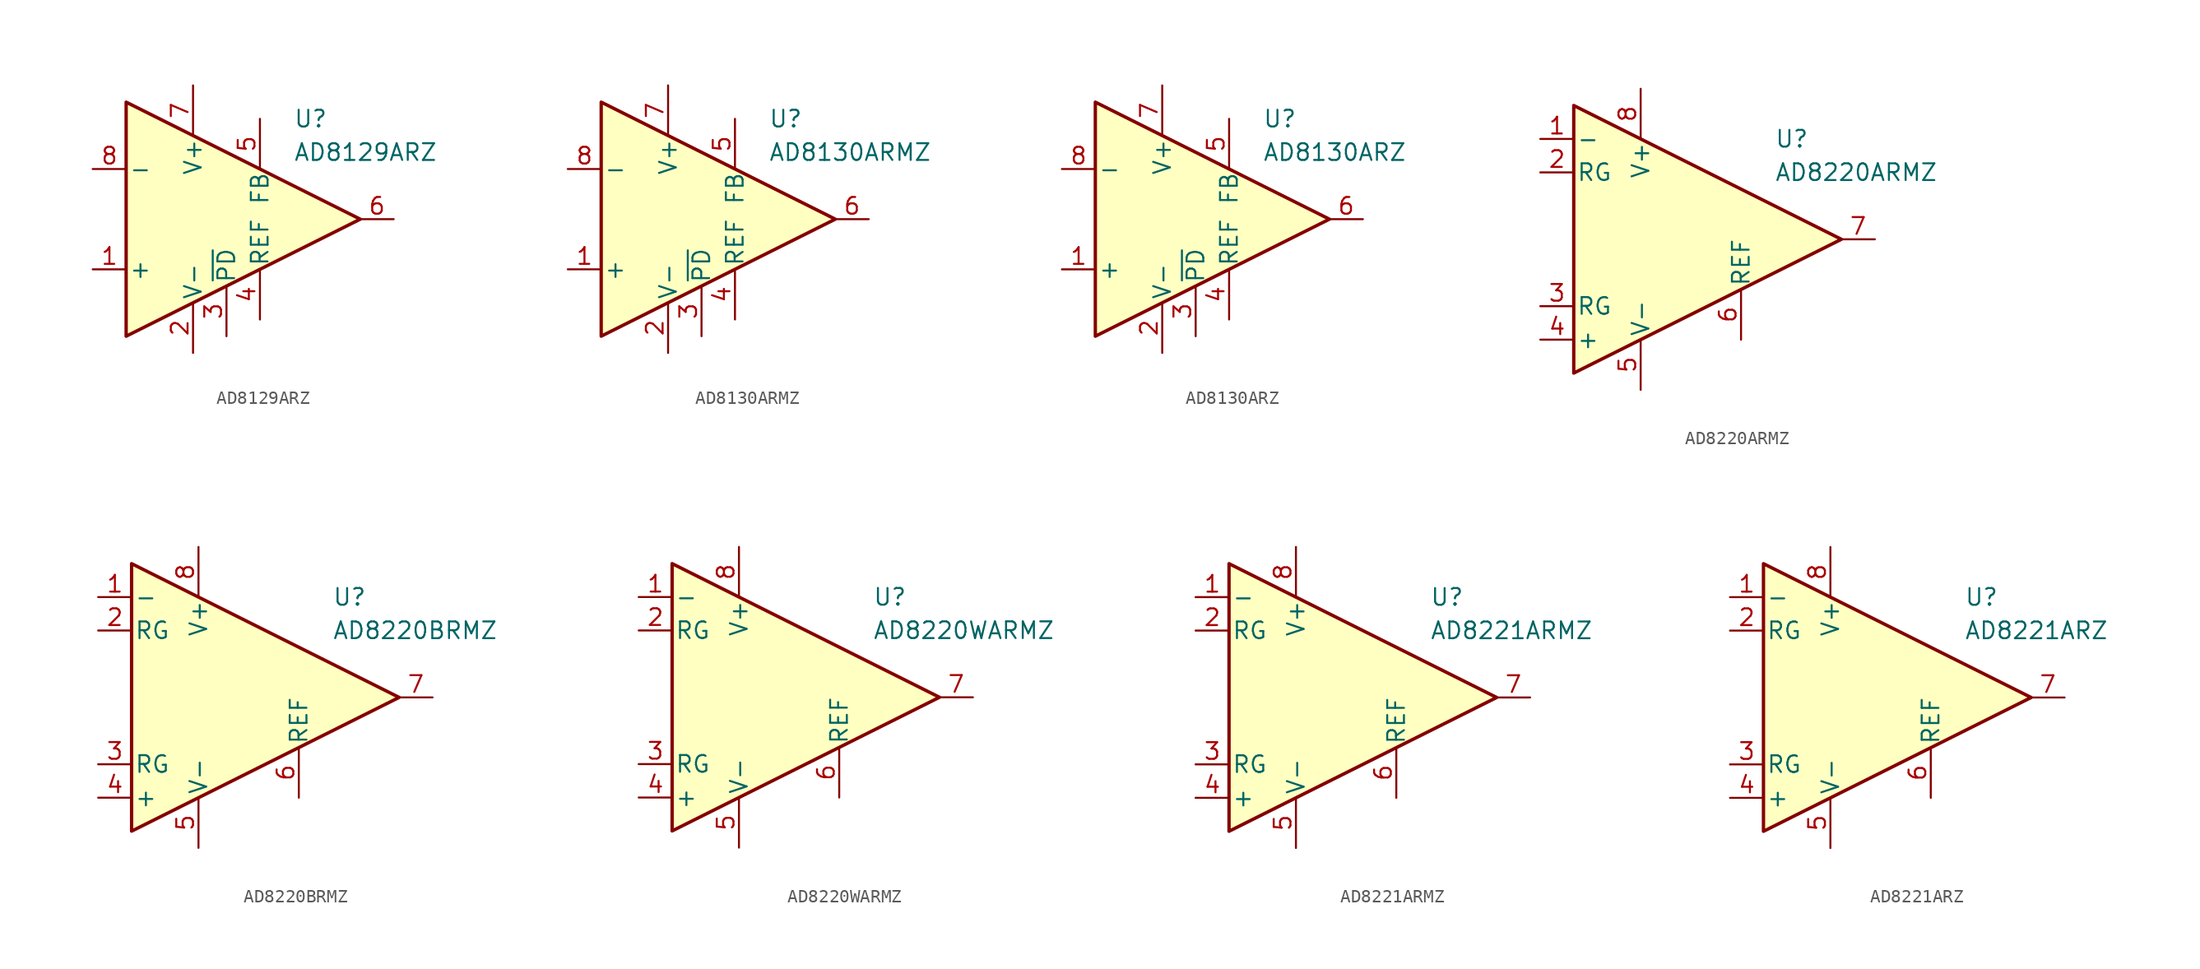
<source format=kicad_sym>
(kicad_symbol_lib
  (version 20231120)
  (generator "kicad_symbol_editor")
  (generator_version "8.0")
  (symbol "AD8129ARZ"
    (pin_names
      (offset 0.2))
    (property "Reference" "U"
      (at 6.35 7.62 0)
      (effects (font (size 1.27 1.27)) (justify left)))
    (property "Value" "AD8129ARZ"
      (at 6.35 5.08 0)
      (effects (font (size 1.27 1.27)) (justify left)))
    (symbol "AD8129ARZ_0_1"
      (polyline (pts (xy -6.35 8.89) (xy -6.35 -8.89) (xy 11.43 0) (xy -6.35 8.89)) (stroke (width 0.254) (type default)) (fill (type background))))
    (symbol "AD8129ARZ_1_1"
      (pin input line (at -8.89 -3.81 0) (length 2.54) (name "+" (effects (font (size 1.27 1.27)))) (number "1" (effects (font (size 1.27 1.27)))))
      (pin power_in line (at -1.27 -10.16 90) (length 3.81) (name "V-" (effects (font (size 1.27 1.27)))) (number "2" (effects (font (size 1.27 1.27)))))
      (pin input line (at 1.27 -8.89 90) (length 3.81) (name "~{PD}" (effects (font (size 1.27 1.27)))) (number "3" (effects (font (size 1.27 1.27)))))
      (pin input line (at 3.81 -7.62 90) (length 3.81) (name "REF" (effects (font (size 1.27 1.27)))) (number "4" (effects (font (size 1.27 1.27)))))
      (pin input line (at 3.81 7.62 270) (length 3.81) (name "FB" (effects (font (size 1.27 1.27)))) (number "5" (effects (font (size 1.27 1.27)))))
      (pin output line (at 13.97 0 180) (length 2.54) (name "~" (effects (font (size 1.27 1.27)))) (number "6" (effects (font (size 1.27 1.27)))))
      (pin power_in line (at -1.27 10.16 270) (length 3.81) (name "V+" (effects (font (size 1.27 1.27)))) (number "7" (effects (font (size 1.27 1.27)))))
      (pin input line (at -8.89 3.81 0) (length 2.54) (name "-" (effects (font (size 1.27 1.27)))) (number "8" (effects (font (size 1.27 1.27)))))))
  (symbol "AD8130ARMZ"
    (pin_names
      (offset 0.2))
    (property "Reference" "U"
      (at 6.35 7.62 0)
      (effects (font (size 1.27 1.27)) (justify left)))
    (property "Value" "AD8130ARMZ"
      (at 6.35 5.08 0)
      (effects (font (size 1.27 1.27)) (justify left)))
    (symbol "AD8130ARMZ_0_1"
      (polyline (pts (xy -6.35 8.89) (xy -6.35 -8.89) (xy 11.43 0) (xy -6.35 8.89)) (stroke (width 0.254) (type default)) (fill (type background))))
    (symbol "AD8130ARMZ_1_1"
      (pin input line (at -8.89 -3.81 0) (length 2.54) (name "+" (effects (font (size 1.27 1.27)))) (number "1" (effects (font (size 1.27 1.27)))))
      (pin power_in line (at -1.27 -10.16 90) (length 3.81) (name "V-" (effects (font (size 1.27 1.27)))) (number "2" (effects (font (size 1.27 1.27)))))
      (pin input line (at 1.27 -8.89 90) (length 3.81) (name "~{PD}" (effects (font (size 1.27 1.27)))) (number "3" (effects (font (size 1.27 1.27)))))
      (pin input line (at 3.81 -7.62 90) (length 3.81) (name "REF" (effects (font (size 1.27 1.27)))) (number "4" (effects (font (size 1.27 1.27)))))
      (pin input line (at 3.81 7.62 270) (length 3.81) (name "FB" (effects (font (size 1.27 1.27)))) (number "5" (effects (font (size 1.27 1.27)))))
      (pin output line (at 13.97 0 180) (length 2.54) (name "~" (effects (font (size 1.27 1.27)))) (number "6" (effects (font (size 1.27 1.27)))))
      (pin power_in line (at -1.27 10.16 270) (length 3.81) (name "V+" (effects (font (size 1.27 1.27)))) (number "7" (effects (font (size 1.27 1.27)))))
      (pin input line (at -8.89 3.81 0) (length 2.54) (name "-" (effects (font (size 1.27 1.27)))) (number "8" (effects (font (size 1.27 1.27)))))))
  (symbol "AD8130ARZ"
    (pin_names
      (offset 0.2))
    (property "Reference" "U"
      (at 6.35 7.62 0)
      (effects (font (size 1.27 1.27)) (justify left)))
    (property "Value" "AD8130ARZ"
      (at 6.35 5.08 0)
      (effects (font (size 1.27 1.27)) (justify left)))
    (symbol "AD8130ARZ_0_1"
      (polyline (pts (xy -6.35 8.89) (xy -6.35 -8.89) (xy 11.43 0) (xy -6.35 8.89)) (stroke (width 0.254) (type default)) (fill (type background))))
    (symbol "AD8130ARZ_1_1"
      (pin input line (at -8.89 -3.81 0) (length 2.54) (name "+" (effects (font (size 1.27 1.27)))) (number "1" (effects (font (size 1.27 1.27)))))
      (pin power_in line (at -1.27 -10.16 90) (length 3.81) (name "V-" (effects (font (size 1.27 1.27)))) (number "2" (effects (font (size 1.27 1.27)))))
      (pin input line (at 1.27 -8.89 90) (length 3.81) (name "~{PD}" (effects (font (size 1.27 1.27)))) (number "3" (effects (font (size 1.27 1.27)))))
      (pin input line (at 3.81 -7.62 90) (length 3.81) (name "REF" (effects (font (size 1.27 1.27)))) (number "4" (effects (font (size 1.27 1.27)))))
      (pin input line (at 3.81 7.62 270) (length 3.81) (name "FB" (effects (font (size 1.27 1.27)))) (number "5" (effects (font (size 1.27 1.27)))))
      (pin output line (at 13.97 0 180) (length 2.54) (name "~" (effects (font (size 1.27 1.27)))) (number "6" (effects (font (size 1.27 1.27)))))
      (pin power_in line (at -1.27 10.16 270) (length 3.81) (name "V+" (effects (font (size 1.27 1.27)))) (number "7" (effects (font (size 1.27 1.27)))))
      (pin input line (at -8.89 3.81 0) (length 2.54) (name "-" (effects (font (size 1.27 1.27)))) (number "8" (effects (font (size 1.27 1.27)))))))
  (symbol "AD8220ARMZ"
    (pin_names
      (offset 0.2))
    (property "Reference" "U"
      (at 6.35 7.62 0)
      (effects (font (size 1.27 1.27)) (justify left)))
    (property "Value" "AD8220ARMZ"
      (at 6.35 5.08 0)
      (effects (font (size 1.27 1.27)) (justify left)))
    (symbol "AD8220ARMZ_0_1"
      (polyline (pts (xy -8.89 10.16) (xy -8.89 -10.16) (xy 11.43 0) (xy -8.89 10.16)) (stroke (width 0.254) (type default)) (fill (type background))))
    (symbol "AD8220ARMZ_1_1"
      (pin input line (at -11.43 7.62 0) (length 2.54) (name "-" (effects (font (size 1.27 1.27)))) (number "1" (effects (font (size 1.27 1.27)))))
      (pin passive line (at -11.43 5.08 0) (length 2.54) (name "RG" (effects (font (size 1.27 1.27)))) (number "2" (effects (font (size 1.27 1.27)))))
      (pin passive line (at -11.43 -5.08 0) (length 2.54) (name "RG" (effects (font (size 1.27 1.27)))) (number "3" (effects (font (size 1.27 1.27)))))
      (pin input line (at -11.43 -7.62 0) (length 2.54) (name "+" (effects (font (size 1.27 1.27)))) (number "4" (effects (font (size 1.27 1.27)))))
      (pin power_in line (at -3.81 -11.43 90) (length 3.81) (name "V-" (effects (font (size 1.27 1.27)))) (number "5" (effects (font (size 1.27 1.27)))))
      (pin input line (at 3.81 -7.62 90) (length 3.81) (name "REF" (effects (font (size 1.27 1.27)))) (number "6" (effects (font (size 1.27 1.27)))))
      (pin output line (at 13.97 0 180) (length 2.54) (name "~" (effects (font (size 1.27 1.27)))) (number "7" (effects (font (size 1.27 1.27)))))
      (pin power_in line (at -3.81 11.43 270) (length 3.81) (name "V+" (effects (font (size 1.27 1.27)))) (number "8" (effects (font (size 1.27 1.27)))))))
  (symbol "AD8220BRMZ"
    (pin_names
      (offset 0.2))
    (property "Reference" "U"
      (at 6.35 7.62 0)
      (effects (font (size 1.27 1.27)) (justify left)))
    (property "Value" "AD8220BRMZ"
      (at 6.35 5.08 0)
      (effects (font (size 1.27 1.27)) (justify left)))
    (symbol "AD8220BRMZ_0_1"
      (polyline (pts (xy -8.89 10.16) (xy -8.89 -10.16) (xy 11.43 0) (xy -8.89 10.16)) (stroke (width 0.254) (type default)) (fill (type background))))
    (symbol "AD8220BRMZ_1_1"
      (pin input line (at -11.43 7.62 0) (length 2.54) (name "-" (effects (font (size 1.27 1.27)))) (number "1" (effects (font (size 1.27 1.27)))))
      (pin passive line (at -11.43 5.08 0) (length 2.54) (name "RG" (effects (font (size 1.27 1.27)))) (number "2" (effects (font (size 1.27 1.27)))))
      (pin passive line (at -11.43 -5.08 0) (length 2.54) (name "RG" (effects (font (size 1.27 1.27)))) (number "3" (effects (font (size 1.27 1.27)))))
      (pin input line (at -11.43 -7.62 0) (length 2.54) (name "+" (effects (font (size 1.27 1.27)))) (number "4" (effects (font (size 1.27 1.27)))))
      (pin power_in line (at -3.81 -11.43 90) (length 3.81) (name "V-" (effects (font (size 1.27 1.27)))) (number "5" (effects (font (size 1.27 1.27)))))
      (pin input line (at 3.81 -7.62 90) (length 3.81) (name "REF" (effects (font (size 1.27 1.27)))) (number "6" (effects (font (size 1.27 1.27)))))
      (pin output line (at 13.97 0 180) (length 2.54) (name "~" (effects (font (size 1.27 1.27)))) (number "7" (effects (font (size 1.27 1.27)))))
      (pin power_in line (at -3.81 11.43 270) (length 3.81) (name "V+" (effects (font (size 1.27 1.27)))) (number "8" (effects (font (size 1.27 1.27)))))))
  (symbol "AD8220WARMZ"
    (pin_names
      (offset 0.2))
    (property "Reference" "U"
      (at 6.35 7.62 0)
      (effects (font (size 1.27 1.27)) (justify left)))
    (property "Value" "AD8220WARMZ"
      (at 6.35 5.08 0)
      (effects (font (size 1.27 1.27)) (justify left)))
    (symbol "AD8220WARMZ_0_1"
      (polyline (pts (xy -8.89 10.16) (xy -8.89 -10.16) (xy 11.43 0) (xy -8.89 10.16)) (stroke (width 0.254) (type default)) (fill (type background))))
    (symbol "AD8220WARMZ_1_1"
      (pin input line (at -11.43 7.62 0) (length 2.54) (name "-" (effects (font (size 1.27 1.27)))) (number "1" (effects (font (size 1.27 1.27)))))
      (pin passive line (at -11.43 5.08 0) (length 2.54) (name "RG" (effects (font (size 1.27 1.27)))) (number "2" (effects (font (size 1.27 1.27)))))
      (pin passive line (at -11.43 -5.08 0) (length 2.54) (name "RG" (effects (font (size 1.27 1.27)))) (number "3" (effects (font (size 1.27 1.27)))))
      (pin input line (at -11.43 -7.62 0) (length 2.54) (name "+" (effects (font (size 1.27 1.27)))) (number "4" (effects (font (size 1.27 1.27)))))
      (pin power_in line (at -3.81 -11.43 90) (length 3.81) (name "V-" (effects (font (size 1.27 1.27)))) (number "5" (effects (font (size 1.27 1.27)))))
      (pin input line (at 3.81 -7.62 90) (length 3.81) (name "REF" (effects (font (size 1.27 1.27)))) (number "6" (effects (font (size 1.27 1.27)))))
      (pin output line (at 13.97 0 180) (length 2.54) (name "~" (effects (font (size 1.27 1.27)))) (number "7" (effects (font (size 1.27 1.27)))))
      (pin power_in line (at -3.81 11.43 270) (length 3.81) (name "V+" (effects (font (size 1.27 1.27)))) (number "8" (effects (font (size 1.27 1.27)))))))
  (symbol "AD8221ARMZ"
    (pin_names
      (offset 0.2))
    (property "Reference" "U"
      (at 6.35 7.62 0)
      (effects (font (size 1.27 1.27)) (justify left)))
    (property "Value" "AD8221ARMZ"
      (at 6.35 5.08 0)
      (effects (font (size 1.27 1.27)) (justify left)))
    (symbol "AD8221ARMZ_0_1"
      (polyline (pts (xy -8.89 10.16) (xy -8.89 -10.16) (xy 11.43 0) (xy -8.89 10.16)) (stroke (width 0.254) (type default)) (fill (type background))))
    (symbol "AD8221ARMZ_1_1"
      (pin input line (at -11.43 7.62 0) (length 2.54) (name "-" (effects (font (size 1.27 1.27)))) (number "1" (effects (font (size 1.27 1.27)))))
      (pin passive line (at -11.43 5.08 0) (length 2.54) (name "RG" (effects (font (size 1.27 1.27)))) (number "2" (effects (font (size 1.27 1.27)))))
      (pin passive line (at -11.43 -5.08 0) (length 2.54) (name "RG" (effects (font (size 1.27 1.27)))) (number "3" (effects (font (size 1.27 1.27)))))
      (pin input line (at -11.43 -7.62 0) (length 2.54) (name "+" (effects (font (size 1.27 1.27)))) (number "4" (effects (font (size 1.27 1.27)))))
      (pin power_in line (at -3.81 -11.43 90) (length 3.81) (name "V-" (effects (font (size 1.27 1.27)))) (number "5" (effects (font (size 1.27 1.27)))))
      (pin input line (at 3.81 -7.62 90) (length 3.81) (name "REF" (effects (font (size 1.27 1.27)))) (number "6" (effects (font (size 1.27 1.27)))))
      (pin output line (at 13.97 0 180) (length 2.54) (name "~" (effects (font (size 1.27 1.27)))) (number "7" (effects (font (size 1.27 1.27)))))
      (pin power_in line (at -3.81 11.43 270) (length 3.81) (name "V+" (effects (font (size 1.27 1.27)))) (number "8" (effects (font (size 1.27 1.27)))))))
  (symbol "AD8221ARZ"
    (pin_names
      (offset 0.2))
    (property "Reference" "U"
      (at 6.35 7.62 0)
      (effects (font (size 1.27 1.27)) (justify left)))
    (property "Value" "AD8221ARZ"
      (at 6.35 5.08 0)
      (effects (font (size 1.27 1.27)) (justify left)))
    (symbol "AD8221ARZ_0_1"
      (polyline (pts (xy -8.89 10.16) (xy -8.89 -10.16) (xy 11.43 0) (xy -8.89 10.16)) (stroke (width 0.254) (type default)) (fill (type background))))
    (symbol "AD8221ARZ_1_1"
      (pin input line (at -11.43 7.62 0) (length 2.54) (name "-" (effects (font (size 1.27 1.27)))) (number "1" (effects (font (size 1.27 1.27)))))
      (pin passive line (at -11.43 5.08 0) (length 2.54) (name "RG" (effects (font (size 1.27 1.27)))) (number "2" (effects (font (size 1.27 1.27)))))
      (pin passive line (at -11.43 -5.08 0) (length 2.54) (name "RG" (effects (font (size 1.27 1.27)))) (number "3" (effects (font (size 1.27 1.27)))))
      (pin input line (at -11.43 -7.62 0) (length 2.54) (name "+" (effects (font (size 1.27 1.27)))) (number "4" (effects (font (size 1.27 1.27)))))
      (pin power_in line (at -3.81 -11.43 90) (length 3.81) (name "V-" (effects (font (size 1.27 1.27)))) (number "5" (effects (font (size 1.27 1.27)))))
      (pin input line (at 3.81 -7.62 90) (length 3.81) (name "REF" (effects (font (size 1.27 1.27)))) (number "6" (effects (font (size 1.27 1.27)))))
      (pin output line (at 13.97 0 180) (length 2.54) (name "~" (effects (font (size 1.27 1.27)))) (number "7" (effects (font (size 1.27 1.27)))))
      (pin power_in line (at -3.81 11.43 270) (length 3.81) (name "V+" (effects (font (size 1.27 1.27)))) (number "8" (effects (font (size 1.27 1.27))))))))
</source>
